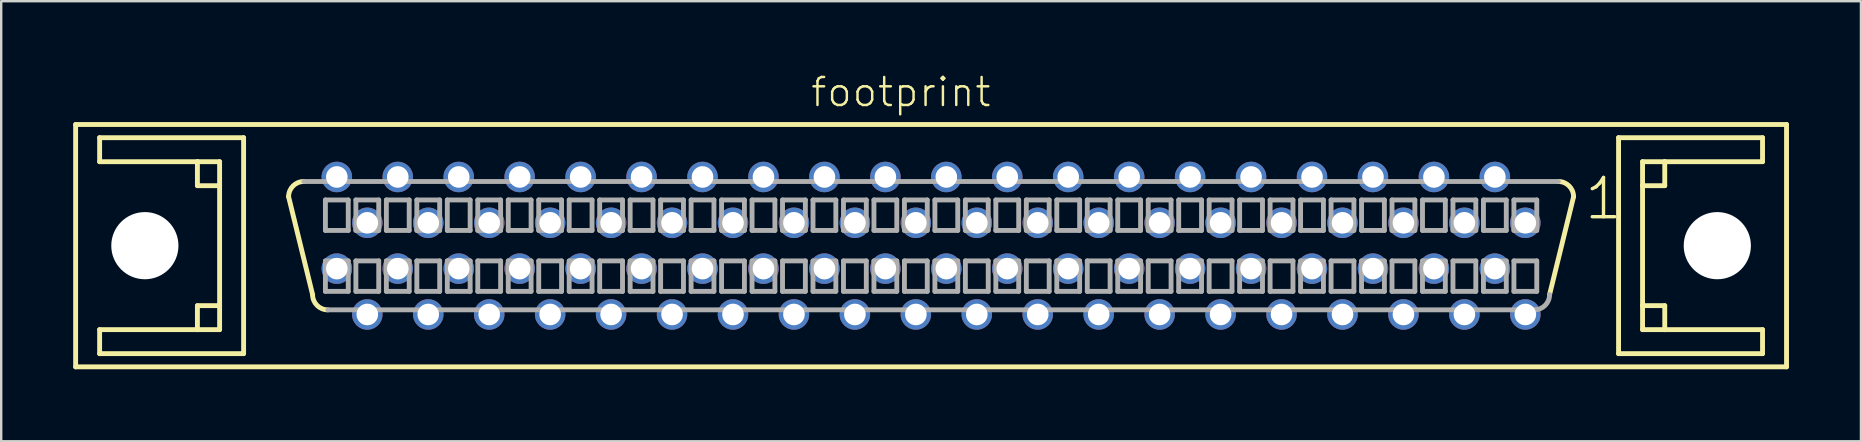
<source format=kicad_pcb>
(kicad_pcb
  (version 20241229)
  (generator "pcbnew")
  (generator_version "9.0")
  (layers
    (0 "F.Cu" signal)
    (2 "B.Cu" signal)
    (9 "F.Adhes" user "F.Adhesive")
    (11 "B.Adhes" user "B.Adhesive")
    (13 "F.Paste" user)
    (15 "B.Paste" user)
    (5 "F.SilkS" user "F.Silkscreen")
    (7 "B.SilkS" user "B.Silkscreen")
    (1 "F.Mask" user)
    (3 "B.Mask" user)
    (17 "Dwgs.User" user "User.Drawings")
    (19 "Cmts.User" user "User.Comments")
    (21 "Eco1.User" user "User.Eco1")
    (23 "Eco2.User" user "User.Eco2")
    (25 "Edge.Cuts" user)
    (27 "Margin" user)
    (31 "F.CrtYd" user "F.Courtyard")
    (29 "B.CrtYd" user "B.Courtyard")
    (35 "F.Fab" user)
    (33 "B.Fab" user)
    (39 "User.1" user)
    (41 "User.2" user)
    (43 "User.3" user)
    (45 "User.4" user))
  (footprint "footprint"
    (layer "F.Cu")
    (at 35.752 7.188)
    (property "Reference" "footprint" (at -5.08 -5.715 0) (layer "F.SilkS") (effects (font (size 1.168 1.168) (thickness 0.102)) (justify left bottom)))
    (fp_line (start -35.65 -5.05) (end 35.65 -5.05) (stroke (width 0.203) (type solid)) (layer "F.SilkS"))
    (fp_line (start -35.65 5.05) (end -35.65 -5.05) (stroke (width 0.203) (type solid)) (layer "F.SilkS"))
    (fp_line (start -34.65 -4.5) (end -34.65 -3.5) (stroke (width 0.203) (type solid)) (layer "F.SilkS"))
    (fp_line (start -34.65 -3.5) (end -30.575 -3.5) (stroke (width 0.203) (type solid)) (layer "F.SilkS"))
    (fp_line (start -34.65 3.5) (end -34.65 4.5) (stroke (width 0.203) (type solid)) (layer "F.SilkS"))
    (fp_line (start -34.65 4.5) (end -28.65 4.5) (stroke (width 0.203) (type solid)) (layer "F.SilkS"))
    (fp_line (start -30.575 -3.5) (end -30.575 -2.5) (stroke (width 0.203) (type solid)) (layer "F.SilkS"))
    (fp_line (start -30.575 -3.5) (end -29.65 -3.5) (stroke (width 0.203) (type solid)) (layer "F.SilkS"))
    (fp_line (start -30.575 -2.5) (end -29.65 -2.5) (stroke (width 0.203) (type solid)) (layer "F.SilkS"))
    (fp_line (start -30.575 2.5) (end -30.575 3.5) (stroke (width 0.203) (type solid)) (layer "F.SilkS"))
    (fp_line (start -30.575 3.5) (end -34.65 3.5) (stroke (width 0.203) (type solid)) (layer "F.SilkS"))
    (fp_line (start -29.65 -3.5) (end -29.65 -2.5) (stroke (width 0.203) (type solid)) (layer "F.SilkS"))
    (fp_line (start -29.65 -2.5) (end -29.65 2.5) (stroke (width 0.203) (type solid)) (layer "F.SilkS"))
    (fp_line (start -29.65 2.5) (end -30.575 2.5) (stroke (width 0.203) (type solid)) (layer "F.SilkS"))
    (fp_line (start -29.65 2.5) (end -29.65 3.5) (stroke (width 0.203) (type solid)) (layer "F.SilkS"))
    (fp_line (start -29.65 3.5) (end -30.575 3.5) (stroke (width 0.203) (type solid)) (layer "F.SilkS"))
    (fp_line (start -28.65 -4.5) (end -34.65 -4.5) (stroke (width 0.203) (type solid)) (layer "F.SilkS"))
    (fp_line (start -28.65 4.5) (end -28.65 -4.5) (stroke (width 0.203) (type solid)) (layer "F.SilkS"))
    (fp_line (start -25.775 2.04) (end -26.775 -2.04) (stroke (width 0.203) (type solid)) (layer "F.SilkS"))
    (fp_line (start 26.775 -2.04) (end 25.775 2.04) (stroke (width 0.203) (type solid)) (layer "F.SilkS"))
    (fp_line (start 28.65 -4.5) (end 28.65 4.5) (stroke (width 0.203) (type solid)) (layer "F.SilkS"))
    (fp_line (start 28.65 4.5) (end 34.65 4.5) (stroke (width 0.203) (type solid)) (layer "F.SilkS"))
    (fp_line (start 29.65 -3.5) (end 30.575 -3.5) (stroke (width 0.203) (type solid)) (layer "F.SilkS"))
    (fp_line (start 29.65 -2.5) (end 29.65 -3.5) (stroke (width 0.203) (type solid)) (layer "F.SilkS"))
    (fp_line (start 29.65 -2.5) (end 30.575 -2.5) (stroke (width 0.203) (type solid)) (layer "F.SilkS"))
    (fp_line (start 29.65 2.5) (end 29.65 -2.5) (stroke (width 0.203) (type solid)) (layer "F.SilkS"))
    (fp_line (start 29.65 3.5) (end 29.65 2.5) (stroke (width 0.203) (type solid)) (layer "F.SilkS"))
    (fp_line (start 30.575 -3.5) (end 34.65 -3.5) (stroke (width 0.203) (type solid)) (layer "F.SilkS"))
    (fp_line (start 30.575 -2.5) (end 30.575 -3.5) (stroke (width 0.203) (type solid)) (layer "F.SilkS"))
    (fp_line (start 30.575 2.5) (end 29.65 2.5) (stroke (width 0.203) (type solid)) (layer "F.SilkS"))
    (fp_line (start 30.575 3.5) (end 29.65 3.5) (stroke (width 0.203) (type solid)) (layer "F.SilkS"))
    (fp_line (start 30.575 3.5) (end 30.575 2.5) (stroke (width 0.203) (type solid)) (layer "F.SilkS"))
    (fp_line (start 34.65 -4.5) (end 28.65 -4.5) (stroke (width 0.203) (type solid)) (layer "F.SilkS"))
    (fp_line (start 34.65 -3.5) (end 34.65 -4.5) (stroke (width 0.203) (type solid)) (layer "F.SilkS"))
    (fp_line (start 34.65 3.5) (end 30.575 3.5) (stroke (width 0.203) (type solid)) (layer "F.SilkS"))
    (fp_line (start 34.65 4.5) (end 34.65 3.5) (stroke (width 0.203) (type solid)) (layer "F.SilkS"))
    (fp_line (start 35.65 -5.05) (end 35.65 5.05) (stroke (width 0.203) (type solid)) (layer "F.SilkS"))
    (fp_line (start 35.65 5.05) (end -35.65 5.05) (stroke (width 0.203) (type solid)) (layer "F.SilkS"))
    (fp_arc (start -26.775 -2.04) (mid -26.589013 -2.489013) (end -26.14 -2.675) (stroke (width 0.2032) (type solid)) (layer "F.SilkS"))
    (fp_arc (start -25.14 2.675) (mid -25.589013 2.489013) (end -25.775 2.04) (stroke (width 0.2032) (type solid)) (layer "F.SilkS"))
    (fp_arc (start 26.14 -2.675) (mid 26.589013 -2.489013) (end 26.775 -2.04) (stroke (width 0.2032) (type solid)) (layer "F.SilkS"))
    (fp_line (start -26.14 -2.675) (end 26.14 -2.675) (stroke (width 0.203) (type solid)) (layer "F.Fab"))
    (fp_line (start -25.241 -1.905) (end -25.241 -0.635) (stroke (width 0.203) (type solid)) (layer "F.Fab"))
    (fp_line (start -25.241 -0.635) (end -24.289 -0.635) (stroke (width 0.203) (type solid)) (layer "F.Fab"))
    (fp_line (start -25.241 0.635) (end -25.241 1.905) (stroke (width 0.203) (type solid)) (layer "F.Fab"))
    (fp_line (start -25.241 1.905) (end -24.289 1.905) (stroke (width 0.203) (type solid)) (layer "F.Fab"))
    (fp_line (start -24.289 -1.905) (end -25.241 -1.905) (stroke (width 0.203) (type solid)) (layer "F.Fab"))
    (fp_line (start -24.289 -0.635) (end -24.289 -1.905) (stroke (width 0.203) (type solid)) (layer "F.Fab"))
    (fp_line (start -24.289 0.635) (end -25.241 0.635) (stroke (width 0.203) (type solid)) (layer "F.Fab"))
    (fp_line (start -24.289 1.905) (end -24.289 0.635) (stroke (width 0.203) (type solid)) (layer "F.Fab"))
    (fp_line (start -23.971 -1.905) (end -23.971 -0.635) (stroke (width 0.203) (type solid)) (layer "F.Fab"))
    (fp_line (start -23.971 -0.635) (end -23.019 -0.635) (stroke (width 0.203) (type solid)) (layer "F.Fab"))
    (fp_line (start -23.971 0.635) (end -23.971 1.905) (stroke (width 0.203) (type solid)) (layer "F.Fab"))
    (fp_line (start -23.971 1.905) (end -23.019 1.905) (stroke (width 0.203) (type solid)) (layer "F.Fab"))
    (fp_line (start -23.019 -1.905) (end -23.971 -1.905) (stroke (width 0.203) (type solid)) (layer "F.Fab"))
    (fp_line (start -23.019 -0.635) (end -23.019 -1.905) (stroke (width 0.203) (type solid)) (layer "F.Fab"))
    (fp_line (start -23.019 0.635) (end -23.971 0.635) (stroke (width 0.203) (type solid)) (layer "F.Fab"))
    (fp_line (start -23.019 1.905) (end -23.019 0.635) (stroke (width 0.203) (type solid)) (layer "F.Fab"))
    (fp_line (start -22.701 -1.905) (end -22.701 -0.635) (stroke (width 0.203) (type solid)) (layer "F.Fab"))
    (fp_line (start -22.701 -0.635) (end -21.749 -0.635) (stroke (width 0.203) (type solid)) (layer "F.Fab"))
    (fp_line (start -22.701 0.635) (end -22.701 1.905) (stroke (width 0.203) (type solid)) (layer "F.Fab"))
    (fp_line (start -22.701 1.905) (end -21.749 1.905) (stroke (width 0.203) (type solid)) (layer "F.Fab"))
    (fp_line (start -21.749 -1.905) (end -22.701 -1.905) (stroke (width 0.203) (type solid)) (layer "F.Fab"))
    (fp_line (start -21.749 -0.635) (end -21.749 -1.905) (stroke (width 0.203) (type solid)) (layer "F.Fab"))
    (fp_line (start -21.749 0.635) (end -22.701 0.635) (stroke (width 0.203) (type solid)) (layer "F.Fab"))
    (fp_line (start -21.749 1.905) (end -21.749 0.635) (stroke (width 0.203) (type solid)) (layer "F.Fab"))
    (fp_line (start -21.431 -1.905) (end -21.431 -0.635) (stroke (width 0.203) (type solid)) (layer "F.Fab"))
    (fp_line (start -21.431 -0.635) (end -20.479 -0.635) (stroke (width 0.203) (type solid)) (layer "F.Fab"))
    (fp_line (start -21.431 0.635) (end -21.431 1.905) (stroke (width 0.203) (type solid)) (layer "F.Fab"))
    (fp_line (start -21.431 1.905) (end -20.479 1.905) (stroke (width 0.203) (type solid)) (layer "F.Fab"))
    (fp_line (start -20.479 -1.905) (end -21.431 -1.905) (stroke (width 0.203) (type solid)) (layer "F.Fab"))
    (fp_line (start -20.479 -0.635) (end -20.479 -1.905) (stroke (width 0.203) (type solid)) (layer "F.Fab"))
    (fp_line (start -20.479 0.635) (end -21.431 0.635) (stroke (width 0.203) (type solid)) (layer "F.Fab"))
    (fp_line (start -20.479 1.905) (end -20.479 0.635) (stroke (width 0.203) (type solid)) (layer "F.Fab"))
    (fp_line (start -20.161 -1.905) (end -20.161 -0.635) (stroke (width 0.203) (type solid)) (layer "F.Fab"))
    (fp_line (start -20.161 -0.635) (end -19.209 -0.635) (stroke (width 0.203) (type solid)) (layer "F.Fab"))
    (fp_line (start -20.161 0.635) (end -20.161 1.905) (stroke (width 0.203) (type solid)) (layer "F.Fab"))
    (fp_line (start -20.161 1.905) (end -19.209 1.905) (stroke (width 0.203) (type solid)) (layer "F.Fab"))
    (fp_line (start -19.209 -1.905) (end -20.161 -1.905) (stroke (width 0.203) (type solid)) (layer "F.Fab"))
    (fp_line (start -19.209 -0.635) (end -19.209 -1.905) (stroke (width 0.203) (type solid)) (layer "F.Fab"))
    (fp_line (start -19.209 0.635) (end -20.161 0.635) (stroke (width 0.203) (type solid)) (layer "F.Fab"))
    (fp_line (start -19.209 1.905) (end -19.209 0.635) (stroke (width 0.203) (type solid)) (layer "F.Fab"))
    (fp_line (start -18.891 -1.905) (end -18.891 -0.635) (stroke (width 0.203) (type solid)) (layer "F.Fab"))
    (fp_line (start -18.891 -0.635) (end -17.939 -0.635) (stroke (width 0.203) (type solid)) (layer "F.Fab"))
    (fp_line (start -18.891 0.635) (end -18.891 1.905) (stroke (width 0.203) (type solid)) (layer "F.Fab"))
    (fp_line (start -18.891 1.905) (end -17.939 1.905) (stroke (width 0.203) (type solid)) (layer "F.Fab"))
    (fp_line (start -17.939 -1.905) (end -18.891 -1.905) (stroke (width 0.203) (type solid)) (layer "F.Fab"))
    (fp_line (start -17.939 -0.635) (end -17.939 -1.905) (stroke (width 0.203) (type solid)) (layer "F.Fab"))
    (fp_line (start -17.939 0.635) (end -18.891 0.635) (stroke (width 0.203) (type solid)) (layer "F.Fab"))
    (fp_line (start -17.939 1.905) (end -17.939 0.635) (stroke (width 0.203) (type solid)) (layer "F.Fab"))
    (fp_line (start -17.621 -1.905) (end -17.621 -0.635) (stroke (width 0.203) (type solid)) (layer "F.Fab"))
    (fp_line (start -17.621 -0.635) (end -16.669 -0.635) (stroke (width 0.203) (type solid)) (layer "F.Fab"))
    (fp_line (start -17.621 0.635) (end -17.621 1.905) (stroke (width 0.203) (type solid)) (layer "F.Fab"))
    (fp_line (start -17.621 1.905) (end -16.669 1.905) (stroke (width 0.203) (type solid)) (layer "F.Fab"))
    (fp_line (start -16.669 -1.905) (end -17.621 -1.905) (stroke (width 0.203) (type solid)) (layer "F.Fab"))
    (fp_line (start -16.669 -0.635) (end -16.669 -1.905) (stroke (width 0.203) (type solid)) (layer "F.Fab"))
    (fp_line (start -16.669 0.635) (end -17.621 0.635) (stroke (width 0.203) (type solid)) (layer "F.Fab"))
    (fp_line (start -16.669 1.905) (end -16.669 0.635) (stroke (width 0.203) (type solid)) (layer "F.Fab"))
    (fp_line (start -16.351 -1.905) (end -16.351 -0.635) (stroke (width 0.203) (type solid)) (layer "F.Fab"))
    (fp_line (start -16.351 -0.635) (end -15.399 -0.635) (stroke (width 0.203) (type solid)) (layer "F.Fab"))
    (fp_line (start -16.351 0.635) (end -16.351 1.905) (stroke (width 0.203) (type solid)) (layer "F.Fab"))
    (fp_line (start -16.351 1.905) (end -15.399 1.905) (stroke (width 0.203) (type solid)) (layer "F.Fab"))
    (fp_line (start -15.399 -1.905) (end -16.351 -1.905) (stroke (width 0.203) (type solid)) (layer "F.Fab"))
    (fp_line (start -15.399 -0.635) (end -15.399 -1.905) (stroke (width 0.203) (type solid)) (layer "F.Fab"))
    (fp_line (start -15.399 0.635) (end -16.351 0.635) (stroke (width 0.203) (type solid)) (layer "F.Fab"))
    (fp_line (start -15.399 1.905) (end -15.399 0.635) (stroke (width 0.203) (type solid)) (layer "F.Fab"))
    (fp_line (start -15.081 -1.905) (end -15.081 -0.635) (stroke (width 0.203) (type solid)) (layer "F.Fab"))
    (fp_line (start -15.081 -0.635) (end -14.129 -0.635) (stroke (width 0.203) (type solid)) (layer "F.Fab"))
    (fp_line (start -15.081 0.635) (end -15.081 1.905) (stroke (width 0.203) (type solid)) (layer "F.Fab"))
    (fp_line (start -15.081 1.905) (end -14.129 1.905) (stroke (width 0.203) (type solid)) (layer "F.Fab"))
    (fp_line (start -14.129 -1.905) (end -15.081 -1.905) (stroke (width 0.203) (type solid)) (layer "F.Fab"))
    (fp_line (start -14.129 -0.635) (end -14.129 -1.905) (stroke (width 0.203) (type solid)) (layer "F.Fab"))
    (fp_line (start -14.129 0.635) (end -15.081 0.635) (stroke (width 0.203) (type solid)) (layer "F.Fab"))
    (fp_line (start -14.129 1.905) (end -14.129 0.635) (stroke (width 0.203) (type solid)) (layer "F.Fab"))
    (fp_line (start -13.811 -1.905) (end -13.811 -0.635) (stroke (width 0.203) (type solid)) (layer "F.Fab"))
    (fp_line (start -13.811 -0.635) (end -12.859 -0.635) (stroke (width 0.203) (type solid)) (layer "F.Fab"))
    (fp_line (start -13.811 0.635) (end -13.811 1.905) (stroke (width 0.203) (type solid)) (layer "F.Fab"))
    (fp_line (start -13.811 1.905) (end -12.859 1.905) (stroke (width 0.203) (type solid)) (layer "F.Fab"))
    (fp_line (start -12.859 -1.905) (end -13.811 -1.905) (stroke (width 0.203) (type solid)) (layer "F.Fab"))
    (fp_line (start -12.859 -0.635) (end -12.859 -1.905) (stroke (width 0.203) (type solid)) (layer "F.Fab"))
    (fp_line (start -12.859 0.635) (end -13.811 0.635) (stroke (width 0.203) (type solid)) (layer "F.Fab"))
    (fp_line (start -12.859 1.905) (end -12.859 0.635) (stroke (width 0.203) (type solid)) (layer "F.Fab"))
    (fp_line (start -12.541 -1.905) (end -12.541 -0.635) (stroke (width 0.203) (type solid)) (layer "F.Fab"))
    (fp_line (start -12.541 -0.635) (end -11.589 -0.635) (stroke (width 0.203) (type solid)) (layer "F.Fab"))
    (fp_line (start -12.541 0.635) (end -12.541 1.905) (stroke (width 0.203) (type solid)) (layer "F.Fab"))
    (fp_line (start -12.541 1.905) (end -11.589 1.905) (stroke (width 0.203) (type solid)) (layer "F.Fab"))
    (fp_line (start -11.589 -1.905) (end -12.541 -1.905) (stroke (width 0.203) (type solid)) (layer "F.Fab"))
    (fp_line (start -11.589 -0.635) (end -11.589 -1.905) (stroke (width 0.203) (type solid)) (layer "F.Fab"))
    (fp_line (start -11.589 0.635) (end -12.541 0.635) (stroke (width 0.203) (type solid)) (layer "F.Fab"))
    (fp_line (start -11.589 1.905) (end -11.589 0.635) (stroke (width 0.203) (type solid)) (layer "F.Fab"))
    (fp_line (start -11.271 -1.905) (end -11.271 -0.635) (stroke (width 0.203) (type solid)) (layer "F.Fab"))
    (fp_line (start -11.271 -0.635) (end -10.319 -0.635) (stroke (width 0.203) (type solid)) (layer "F.Fab"))
    (fp_line (start -11.271 0.635) (end -11.271 1.905) (stroke (width 0.203) (type solid)) (layer "F.Fab"))
    (fp_line (start -11.271 1.905) (end -10.319 1.905) (stroke (width 0.203) (type solid)) (layer "F.Fab"))
    (fp_line (start -10.319 -1.905) (end -11.271 -1.905) (stroke (width 0.203) (type solid)) (layer "F.Fab"))
    (fp_line (start -10.319 -0.635) (end -10.319 -1.905) (stroke (width 0.203) (type solid)) (layer "F.Fab"))
    (fp_line (start -10.319 0.635) (end -11.271 0.635) (stroke (width 0.203) (type solid)) (layer "F.Fab"))
    (fp_line (start -10.319 1.905) (end -10.319 0.635) (stroke (width 0.203) (type solid)) (layer "F.Fab"))
    (fp_line (start -10.001 -1.905) (end -10.001 -0.635) (stroke (width 0.203) (type solid)) (layer "F.Fab"))
    (fp_line (start -10.001 -0.635) (end -9.049 -0.635) (stroke (width 0.203) (type solid)) (layer "F.Fab"))
    (fp_line (start -10.001 0.635) (end -10.001 1.905) (stroke (width 0.203) (type solid)) (layer "F.Fab"))
    (fp_line (start -10.001 1.905) (end -9.049 1.905) (stroke (width 0.203) (type solid)) (layer "F.Fab"))
    (fp_line (start -9.049 -1.905) (end -10.001 -1.905) (stroke (width 0.203) (type solid)) (layer "F.Fab"))
    (fp_line (start -9.049 -0.635) (end -9.049 -1.905) (stroke (width 0.203) (type solid)) (layer "F.Fab"))
    (fp_line (start -9.049 0.635) (end -10.001 0.635) (stroke (width 0.203) (type solid)) (layer "F.Fab"))
    (fp_line (start -9.049 1.905) (end -9.049 0.635) (stroke (width 0.203) (type solid)) (layer "F.Fab"))
    (fp_line (start -8.731 -1.905) (end -8.731 -0.635) (stroke (width 0.203) (type solid)) (layer "F.Fab"))
    (fp_line (start -8.731 -0.635) (end -7.779 -0.635) (stroke (width 0.203) (type solid)) (layer "F.Fab"))
    (fp_line (start -8.731 0.635) (end -8.731 1.905) (stroke (width 0.203) (type solid)) (layer "F.Fab"))
    (fp_line (start -8.731 1.905) (end -7.779 1.905) (stroke (width 0.203) (type solid)) (layer "F.Fab"))
    (fp_line (start -7.779 -1.905) (end -8.731 -1.905) (stroke (width 0.203) (type solid)) (layer "F.Fab"))
    (fp_line (start -7.779 -0.635) (end -7.779 -1.905) (stroke (width 0.203) (type solid)) (layer "F.Fab"))
    (fp_line (start -7.779 0.635) (end -8.731 0.635) (stroke (width 0.203) (type solid)) (layer "F.Fab"))
    (fp_line (start -7.779 1.905) (end -7.779 0.635) (stroke (width 0.203) (type solid)) (layer "F.Fab"))
    (fp_line (start -7.461 -1.905) (end -7.461 -0.635) (stroke (width 0.203) (type solid)) (layer "F.Fab"))
    (fp_line (start -7.461 -0.635) (end -6.509 -0.635) (stroke (width 0.203) (type solid)) (layer "F.Fab"))
    (fp_line (start -7.461 0.635) (end -7.461 1.905) (stroke (width 0.203) (type solid)) (layer "F.Fab"))
    (fp_line (start -7.461 1.905) (end -6.509 1.905) (stroke (width 0.203) (type solid)) (layer "F.Fab"))
    (fp_line (start -6.509 -1.905) (end -7.461 -1.905) (stroke (width 0.203) (type solid)) (layer "F.Fab"))
    (fp_line (start -6.509 -0.635) (end -6.509 -1.905) (stroke (width 0.203) (type solid)) (layer "F.Fab"))
    (fp_line (start -6.509 0.635) (end -7.461 0.635) (stroke (width 0.203) (type solid)) (layer "F.Fab"))
    (fp_line (start -6.509 1.905) (end -6.509 0.635) (stroke (width 0.203) (type solid)) (layer "F.Fab"))
    (fp_line (start -6.191 -1.905) (end -6.191 -0.635) (stroke (width 0.203) (type solid)) (layer "F.Fab"))
    (fp_line (start -6.191 -0.635) (end -5.239 -0.635) (stroke (width 0.203) (type solid)) (layer "F.Fab"))
    (fp_line (start -6.191 0.635) (end -6.191 1.905) (stroke (width 0.203) (type solid)) (layer "F.Fab"))
    (fp_line (start -6.191 1.905) (end -5.239 1.905) (stroke (width 0.203) (type solid)) (layer "F.Fab"))
    (fp_line (start -5.239 -1.905) (end -6.191 -1.905) (stroke (width 0.203) (type solid)) (layer "F.Fab"))
    (fp_line (start -5.239 -0.635) (end -5.239 -1.905) (stroke (width 0.203) (type solid)) (layer "F.Fab"))
    (fp_line (start -5.239 0.635) (end -6.191 0.635) (stroke (width 0.203) (type solid)) (layer "F.Fab"))
    (fp_line (start -5.239 1.905) (end -5.239 0.635) (stroke (width 0.203) (type solid)) (layer "F.Fab"))
    (fp_line (start -4.921 -1.905) (end -4.921 -0.635) (stroke (width 0.203) (type solid)) (layer "F.Fab"))
    (fp_line (start -4.921 -0.635) (end -3.969 -0.635) (stroke (width 0.203) (type solid)) (layer "F.Fab"))
    (fp_line (start -4.921 0.635) (end -4.921 1.905) (stroke (width 0.203) (type solid)) (layer "F.Fab"))
    (fp_line (start -4.921 1.905) (end -3.969 1.905) (stroke (width 0.203) (type solid)) (layer "F.Fab"))
    (fp_line (start -3.969 -1.905) (end -4.921 -1.905) (stroke (width 0.203) (type solid)) (layer "F.Fab"))
    (fp_line (start -3.969 -0.635) (end -3.969 -1.905) (stroke (width 0.203) (type solid)) (layer "F.Fab"))
    (fp_line (start -3.969 0.635) (end -4.921 0.635) (stroke (width 0.203) (type solid)) (layer "F.Fab"))
    (fp_line (start -3.969 1.905) (end -3.969 0.635) (stroke (width 0.203) (type solid)) (layer "F.Fab"))
    (fp_line (start -3.651 -1.905) (end -3.651 -0.635) (stroke (width 0.203) (type solid)) (layer "F.Fab"))
    (fp_line (start -3.651 -0.635) (end -2.699 -0.635) (stroke (width 0.203) (type solid)) (layer "F.Fab"))
    (fp_line (start -3.651 0.635) (end -3.651 1.905) (stroke (width 0.203) (type solid)) (layer "F.Fab"))
    (fp_line (start -3.651 1.905) (end -2.699 1.905) (stroke (width 0.203) (type solid)) (layer "F.Fab"))
    (fp_line (start -2.699 -1.905) (end -3.651 -1.905) (stroke (width 0.203) (type solid)) (layer "F.Fab"))
    (fp_line (start -2.699 -0.635) (end -2.699 -1.905) (stroke (width 0.203) (type solid)) (layer "F.Fab"))
    (fp_line (start -2.699 0.635) (end -3.651 0.635) (stroke (width 0.203) (type solid)) (layer "F.Fab"))
    (fp_line (start -2.699 1.905) (end -2.699 0.635) (stroke (width 0.203) (type solid)) (layer "F.Fab"))
    (fp_line (start -2.381 -1.905) (end -2.381 -0.635) (stroke (width 0.203) (type solid)) (layer "F.Fab"))
    (fp_line (start -2.381 -0.635) (end -1.429 -0.635) (stroke (width 0.203) (type solid)) (layer "F.Fab"))
    (fp_line (start -2.381 0.635) (end -2.381 1.905) (stroke (width 0.203) (type solid)) (layer "F.Fab"))
    (fp_line (start -2.381 1.905) (end -1.429 1.905) (stroke (width 0.203) (type solid)) (layer "F.Fab"))
    (fp_line (start -1.429 -1.905) (end -2.381 -1.905) (stroke (width 0.203) (type solid)) (layer "F.Fab"))
    (fp_line (start -1.429 -0.635) (end -1.429 -1.905) (stroke (width 0.203) (type solid)) (layer "F.Fab"))
    (fp_line (start -1.429 0.635) (end -2.381 0.635) (stroke (width 0.203) (type solid)) (layer "F.Fab"))
    (fp_line (start -1.429 1.905) (end -1.429 0.635) (stroke (width 0.203) (type solid)) (layer "F.Fab"))
    (fp_line (start -1.111 -1.905) (end -1.111 -0.635) (stroke (width 0.203) (type solid)) (layer "F.Fab"))
    (fp_line (start -1.111 -0.635) (end -0.159 -0.635) (stroke (width 0.203) (type solid)) (layer "F.Fab"))
    (fp_line (start -1.111 0.635) (end -1.111 1.905) (stroke (width 0.203) (type solid)) (layer "F.Fab"))
    (fp_line (start -1.111 1.905) (end -0.159 1.905) (stroke (width 0.203) (type solid)) (layer "F.Fab"))
    (fp_line (start -0.159 -1.905) (end -1.111 -1.905) (stroke (width 0.203) (type solid)) (layer "F.Fab"))
    (fp_line (start -0.159 -0.635) (end -0.159 -1.905) (stroke (width 0.203) (type solid)) (layer "F.Fab"))
    (fp_line (start -0.159 0.635) (end -1.111 0.635) (stroke (width 0.203) (type solid)) (layer "F.Fab"))
    (fp_line (start -0.159 1.905) (end -0.159 0.635) (stroke (width 0.203) (type solid)) (layer "F.Fab"))
    (fp_line (start 0.159 -1.905) (end 0.159 -0.635) (stroke (width 0.203) (type solid)) (layer "F.Fab"))
    (fp_line (start 0.159 -0.635) (end 1.111 -0.635) (stroke (width 0.203) (type solid)) (layer "F.Fab"))
    (fp_line (start 0.159 0.635) (end 0.159 1.905) (stroke (width 0.203) (type solid)) (layer "F.Fab"))
    (fp_line (start 0.159 1.905) (end 1.111 1.905) (stroke (width 0.203) (type solid)) (layer "F.Fab"))
    (fp_line (start 1.111 -1.905) (end 0.159 -1.905) (stroke (width 0.203) (type solid)) (layer "F.Fab"))
    (fp_line (start 1.111 -0.635) (end 1.111 -1.905) (stroke (width 0.203) (type solid)) (layer "F.Fab"))
    (fp_line (start 1.111 0.635) (end 0.159 0.635) (stroke (width 0.203) (type solid)) (layer "F.Fab"))
    (fp_line (start 1.111 1.905) (end 1.111 0.635) (stroke (width 0.203) (type solid)) (layer "F.Fab"))
    (fp_line (start 1.429 -1.905) (end 1.429 -0.635) (stroke (width 0.203) (type solid)) (layer "F.Fab"))
    (fp_line (start 1.429 -0.635) (end 2.381 -0.635) (stroke (width 0.203) (type solid)) (layer "F.Fab"))
    (fp_line (start 1.429 0.635) (end 1.429 1.905) (stroke (width 0.203) (type solid)) (layer "F.Fab"))
    (fp_line (start 1.429 1.905) (end 2.381 1.905) (stroke (width 0.203) (type solid)) (layer "F.Fab"))
    (fp_line (start 2.381 -1.905) (end 1.429 -1.905) (stroke (width 0.203) (type solid)) (layer "F.Fab"))
    (fp_line (start 2.381 -0.635) (end 2.381 -1.905) (stroke (width 0.203) (type solid)) (layer "F.Fab"))
    (fp_line (start 2.381 0.635) (end 1.429 0.635) (stroke (width 0.203) (type solid)) (layer "F.Fab"))
    (fp_line (start 2.381 1.905) (end 2.381 0.635) (stroke (width 0.203) (type solid)) (layer "F.Fab"))
    (fp_line (start 2.699 -1.905) (end 2.699 -0.635) (stroke (width 0.203) (type solid)) (layer "F.Fab"))
    (fp_line (start 2.699 -0.635) (end 3.651 -0.635) (stroke (width 0.203) (type solid)) (layer "F.Fab"))
    (fp_line (start 2.699 0.635) (end 2.699 1.905) (stroke (width 0.203) (type solid)) (layer "F.Fab"))
    (fp_line (start 2.699 1.905) (end 3.651 1.905) (stroke (width 0.203) (type solid)) (layer "F.Fab"))
    (fp_line (start 3.651 -1.905) (end 2.699 -1.905) (stroke (width 0.203) (type solid)) (layer "F.Fab"))
    (fp_line (start 3.651 -0.635) (end 3.651 -1.905) (stroke (width 0.203) (type solid)) (layer "F.Fab"))
    (fp_line (start 3.651 0.635) (end 2.699 0.635) (stroke (width 0.203) (type solid)) (layer "F.Fab"))
    (fp_line (start 3.651 1.905) (end 3.651 0.635) (stroke (width 0.203) (type solid)) (layer "F.Fab"))
    (fp_line (start 3.969 -1.905) (end 3.969 -0.635) (stroke (width 0.203) (type solid)) (layer "F.Fab"))
    (fp_line (start 3.969 -0.635) (end 4.921 -0.635) (stroke (width 0.203) (type solid)) (layer "F.Fab"))
    (fp_line (start 3.969 0.635) (end 3.969 1.905) (stroke (width 0.203) (type solid)) (layer "F.Fab"))
    (fp_line (start 3.969 1.905) (end 4.921 1.905) (stroke (width 0.203) (type solid)) (layer "F.Fab"))
    (fp_line (start 4.921 -1.905) (end 3.969 -1.905) (stroke (width 0.203) (type solid)) (layer "F.Fab"))
    (fp_line (start 4.921 -0.635) (end 4.921 -1.905) (stroke (width 0.203) (type solid)) (layer "F.Fab"))
    (fp_line (start 4.921 0.635) (end 3.969 0.635) (stroke (width 0.203) (type solid)) (layer "F.Fab"))
    (fp_line (start 4.921 1.905) (end 4.921 0.635) (stroke (width 0.203) (type solid)) (layer "F.Fab"))
    (fp_line (start 5.239 -1.905) (end 5.239 -0.635) (stroke (width 0.203) (type solid)) (layer "F.Fab"))
    (fp_line (start 5.239 -0.635) (end 6.191 -0.635) (stroke (width 0.203) (type solid)) (layer "F.Fab"))
    (fp_line (start 5.239 0.635) (end 5.239 1.905) (stroke (width 0.203) (type solid)) (layer "F.Fab"))
    (fp_line (start 5.239 1.905) (end 6.191 1.905) (stroke (width 0.203) (type solid)) (layer "F.Fab"))
    (fp_line (start 6.191 -1.905) (end 5.239 -1.905) (stroke (width 0.203) (type solid)) (layer "F.Fab"))
    (fp_line (start 6.191 -0.635) (end 6.191 -1.905) (stroke (width 0.203) (type solid)) (layer "F.Fab"))
    (fp_line (start 6.191 0.635) (end 5.239 0.635) (stroke (width 0.203) (type solid)) (layer "F.Fab"))
    (fp_line (start 6.191 1.905) (end 6.191 0.635) (stroke (width 0.203) (type solid)) (layer "F.Fab"))
    (fp_line (start 6.509 -1.905) (end 6.509 -0.635) (stroke (width 0.203) (type solid)) (layer "F.Fab"))
    (fp_line (start 6.509 -0.635) (end 7.461 -0.635) (stroke (width 0.203) (type solid)) (layer "F.Fab"))
    (fp_line (start 6.509 0.635) (end 6.509 1.905) (stroke (width 0.203) (type solid)) (layer "F.Fab"))
    (fp_line (start 6.509 1.905) (end 7.461 1.905) (stroke (width 0.203) (type solid)) (layer "F.Fab"))
    (fp_line (start 7.461 -1.905) (end 6.509 -1.905) (stroke (width 0.203) (type solid)) (layer "F.Fab"))
    (fp_line (start 7.461 -0.635) (end 7.461 -1.905) (stroke (width 0.203) (type solid)) (layer "F.Fab"))
    (fp_line (start 7.461 0.635) (end 6.509 0.635) (stroke (width 0.203) (type solid)) (layer "F.Fab"))
    (fp_line (start 7.461 1.905) (end 7.461 0.635) (stroke (width 0.203) (type solid)) (layer "F.Fab"))
    (fp_line (start 7.779 -1.905) (end 7.779 -0.635) (stroke (width 0.203) (type solid)) (layer "F.Fab"))
    (fp_line (start 7.779 -0.635) (end 8.731 -0.635) (stroke (width 0.203) (type solid)) (layer "F.Fab"))
    (fp_line (start 7.779 0.635) (end 7.779 1.905) (stroke (width 0.203) (type solid)) (layer "F.Fab"))
    (fp_line (start 7.779 1.905) (end 8.731 1.905) (stroke (width 0.203) (type solid)) (layer "F.Fab"))
    (fp_line (start 8.731 -1.905) (end 7.779 -1.905) (stroke (width 0.203) (type solid)) (layer "F.Fab"))
    (fp_line (start 8.731 -0.635) (end 8.731 -1.905) (stroke (width 0.203) (type solid)) (layer "F.Fab"))
    (fp_line (start 8.731 0.635) (end 7.779 0.635) (stroke (width 0.203) (type solid)) (layer "F.Fab"))
    (fp_line (start 8.731 1.905) (end 8.731 0.635) (stroke (width 0.203) (type solid)) (layer "F.Fab"))
    (fp_line (start 9.049 -1.905) (end 9.049 -0.635) (stroke (width 0.203) (type solid)) (layer "F.Fab"))
    (fp_line (start 9.049 -0.635) (end 10.001 -0.635) (stroke (width 0.203) (type solid)) (layer "F.Fab"))
    (fp_line (start 9.049 0.635) (end 9.049 1.905) (stroke (width 0.203) (type solid)) (layer "F.Fab"))
    (fp_line (start 9.049 1.905) (end 10.001 1.905) (stroke (width 0.203) (type solid)) (layer "F.Fab"))
    (fp_line (start 10.001 -1.905) (end 9.049 -1.905) (stroke (width 0.203) (type solid)) (layer "F.Fab"))
    (fp_line (start 10.001 -0.635) (end 10.001 -1.905) (stroke (width 0.203) (type solid)) (layer "F.Fab"))
    (fp_line (start 10.001 0.635) (end 9.049 0.635) (stroke (width 0.203) (type solid)) (layer "F.Fab"))
    (fp_line (start 10.001 1.905) (end 10.001 0.635) (stroke (width 0.203) (type solid)) (layer "F.Fab"))
    (fp_line (start 10.319 -1.905) (end 10.319 -0.635) (stroke (width 0.203) (type solid)) (layer "F.Fab"))
    (fp_line (start 10.319 -0.635) (end 11.271 -0.635) (stroke (width 0.203) (type solid)) (layer "F.Fab"))
    (fp_line (start 10.319 0.635) (end 10.319 1.905) (stroke (width 0.203) (type solid)) (layer "F.Fab"))
    (fp_line (start 10.319 1.905) (end 11.271 1.905) (stroke (width 0.203) (type solid)) (layer "F.Fab"))
    (fp_line (start 11.271 -1.905) (end 10.319 -1.905) (stroke (width 0.203) (type solid)) (layer "F.Fab"))
    (fp_line (start 11.271 -0.635) (end 11.271 -1.905) (stroke (width 0.203) (type solid)) (layer "F.Fab"))
    (fp_line (start 11.271 0.635) (end 10.319 0.635) (stroke (width 0.203) (type solid)) (layer "F.Fab"))
    (fp_line (start 11.271 1.905) (end 11.271 0.635) (stroke (width 0.203) (type solid)) (layer "F.Fab"))
    (fp_line (start 11.589 -1.905) (end 11.589 -0.635) (stroke (width 0.203) (type solid)) (layer "F.Fab"))
    (fp_line (start 11.589 -0.635) (end 12.541 -0.635) (stroke (width 0.203) (type solid)) (layer "F.Fab"))
    (fp_line (start 11.589 0.635) (end 11.589 1.905) (stroke (width 0.203) (type solid)) (layer "F.Fab"))
    (fp_line (start 11.589 1.905) (end 12.541 1.905) (stroke (width 0.203) (type solid)) (layer "F.Fab"))
    (fp_line (start 12.541 -1.905) (end 11.589 -1.905) (stroke (width 0.203) (type solid)) (layer "F.Fab"))
    (fp_line (start 12.541 -0.635) (end 12.541 -1.905) (stroke (width 0.203) (type solid)) (layer "F.Fab"))
    (fp_line (start 12.541 0.635) (end 11.589 0.635) (stroke (width 0.203) (type solid)) (layer "F.Fab"))
    (fp_line (start 12.541 1.905) (end 12.541 0.635) (stroke (width 0.203) (type solid)) (layer "F.Fab"))
    (fp_line (start 12.859 -1.905) (end 12.859 -0.635) (stroke (width 0.203) (type solid)) (layer "F.Fab"))
    (fp_line (start 12.859 -0.635) (end 13.811 -0.635) (stroke (width 0.203) (type solid)) (layer "F.Fab"))
    (fp_line (start 12.859 0.635) (end 12.859 1.905) (stroke (width 0.203) (type solid)) (layer "F.Fab"))
    (fp_line (start 12.859 1.905) (end 13.811 1.905) (stroke (width 0.203) (type solid)) (layer "F.Fab"))
    (fp_line (start 13.811 -1.905) (end 12.859 -1.905) (stroke (width 0.203) (type solid)) (layer "F.Fab"))
    (fp_line (start 13.811 -0.635) (end 13.811 -1.905) (stroke (width 0.203) (type solid)) (layer "F.Fab"))
    (fp_line (start 13.811 0.635) (end 12.859 0.635) (stroke (width 0.203) (type solid)) (layer "F.Fab"))
    (fp_line (start 13.811 1.905) (end 13.811 0.635) (stroke (width 0.203) (type solid)) (layer "F.Fab"))
    (fp_line (start 14.129 -1.905) (end 14.129 -0.635) (stroke (width 0.203) (type solid)) (layer "F.Fab"))
    (fp_line (start 14.129 -0.635) (end 15.081 -0.635) (stroke (width 0.203) (type solid)) (layer "F.Fab"))
    (fp_line (start 14.129 0.635) (end 14.129 1.905) (stroke (width 0.203) (type solid)) (layer "F.Fab"))
    (fp_line (start 14.129 1.905) (end 15.081 1.905) (stroke (width 0.203) (type solid)) (layer "F.Fab"))
    (fp_line (start 15.081 -1.905) (end 14.129 -1.905) (stroke (width 0.203) (type solid)) (layer "F.Fab"))
    (fp_line (start 15.081 -0.635) (end 15.081 -1.905) (stroke (width 0.203) (type solid)) (layer "F.Fab"))
    (fp_line (start 15.081 0.635) (end 14.129 0.635) (stroke (width 0.203) (type solid)) (layer "F.Fab"))
    (fp_line (start 15.081 1.905) (end 15.081 0.635) (stroke (width 0.203) (type solid)) (layer "F.Fab"))
    (fp_line (start 15.399 -1.905) (end 15.399 -0.635) (stroke (width 0.203) (type solid)) (layer "F.Fab"))
    (fp_line (start 15.399 -0.635) (end 16.351 -0.635) (stroke (width 0.203) (type solid)) (layer "F.Fab"))
    (fp_line (start 15.399 0.635) (end 15.399 1.905) (stroke (width 0.203) (type solid)) (layer "F.Fab"))
    (fp_line (start 15.399 1.905) (end 16.351 1.905) (stroke (width 0.203) (type solid)) (layer "F.Fab"))
    (fp_line (start 16.351 -1.905) (end 15.399 -1.905) (stroke (width 0.203) (type solid)) (layer "F.Fab"))
    (fp_line (start 16.351 -0.635) (end 16.351 -1.905) (stroke (width 0.203) (type solid)) (layer "F.Fab"))
    (fp_line (start 16.351 0.635) (end 15.399 0.635) (stroke (width 0.203) (type solid)) (layer "F.Fab"))
    (fp_line (start 16.351 1.905) (end 16.351 0.635) (stroke (width 0.203) (type solid)) (layer "F.Fab"))
    (fp_line (start 16.669 -1.905) (end 16.669 -0.635) (stroke (width 0.203) (type solid)) (layer "F.Fab"))
    (fp_line (start 16.669 -0.635) (end 17.621 -0.635) (stroke (width 0.203) (type solid)) (layer "F.Fab"))
    (fp_line (start 16.669 0.635) (end 16.669 1.905) (stroke (width 0.203) (type solid)) (layer "F.Fab"))
    (fp_line (start 16.669 1.905) (end 17.621 1.905) (stroke (width 0.203) (type solid)) (layer "F.Fab"))
    (fp_line (start 17.621 -1.905) (end 16.669 -1.905) (stroke (width 0.203) (type solid)) (layer "F.Fab"))
    (fp_line (start 17.621 -0.635) (end 17.621 -1.905) (stroke (width 0.203) (type solid)) (layer "F.Fab"))
    (fp_line (start 17.621 0.635) (end 16.669 0.635) (stroke (width 0.203) (type solid)) (layer "F.Fab"))
    (fp_line (start 17.621 1.905) (end 17.621 0.635) (stroke (width 0.203) (type solid)) (layer "F.Fab"))
    (fp_line (start 17.939 -1.905) (end 17.939 -0.635) (stroke (width 0.203) (type solid)) (layer "F.Fab"))
    (fp_line (start 17.939 -0.635) (end 18.891 -0.635) (stroke (width 0.203) (type solid)) (layer "F.Fab"))
    (fp_line (start 17.939 0.635) (end 17.939 1.905) (stroke (width 0.203) (type solid)) (layer "F.Fab"))
    (fp_line (start 17.939 1.905) (end 18.891 1.905) (stroke (width 0.203) (type solid)) (layer "F.Fab"))
    (fp_line (start 18.891 -1.905) (end 17.939 -1.905) (stroke (width 0.203) (type solid)) (layer "F.Fab"))
    (fp_line (start 18.891 -0.635) (end 18.891 -1.905) (stroke (width 0.203) (type solid)) (layer "F.Fab"))
    (fp_line (start 18.891 0.635) (end 17.939 0.635) (stroke (width 0.203) (type solid)) (layer "F.Fab"))
    (fp_line (start 18.891 1.905) (end 18.891 0.635) (stroke (width 0.203) (type solid)) (layer "F.Fab"))
    (fp_line (start 19.209 -1.905) (end 19.209 -0.635) (stroke (width 0.203) (type solid)) (layer "F.Fab"))
    (fp_line (start 19.209 -0.635) (end 20.161 -0.635) (stroke (width 0.203) (type solid)) (layer "F.Fab"))
    (fp_line (start 19.209 0.635) (end 19.209 1.905) (stroke (width 0.203) (type solid)) (layer "F.Fab"))
    (fp_line (start 19.209 1.905) (end 20.161 1.905) (stroke (width 0.203) (type solid)) (layer "F.Fab"))
    (fp_line (start 20.161 -1.905) (end 19.209 -1.905) (stroke (width 0.203) (type solid)) (layer "F.Fab"))
    (fp_line (start 20.161 -0.635) (end 20.161 -1.905) (stroke (width 0.203) (type solid)) (layer "F.Fab"))
    (fp_line (start 20.161 0.635) (end 19.209 0.635) (stroke (width 0.203) (type solid)) (layer "F.Fab"))
    (fp_line (start 20.161 1.905) (end 20.161 0.635) (stroke (width 0.203) (type solid)) (layer "F.Fab"))
    (fp_line (start 20.479 -1.905) (end 20.479 -0.635) (stroke (width 0.203) (type solid)) (layer "F.Fab"))
    (fp_line (start 20.479 -0.635) (end 21.431 -0.635) (stroke (width 0.203) (type solid)) (layer "F.Fab"))
    (fp_line (start 20.479 0.635) (end 20.479 1.905) (stroke (width 0.203) (type solid)) (layer "F.Fab"))
    (fp_line (start 20.479 1.905) (end 21.431 1.905) (stroke (width 0.203) (type solid)) (layer "F.Fab"))
    (fp_line (start 21.431 -1.905) (end 20.479 -1.905) (stroke (width 0.203) (type solid)) (layer "F.Fab"))
    (fp_line (start 21.431 -0.635) (end 21.431 -1.905) (stroke (width 0.203) (type solid)) (layer "F.Fab"))
    (fp_line (start 21.431 0.635) (end 20.479 0.635) (stroke (width 0.203) (type solid)) (layer "F.Fab"))
    (fp_line (start 21.431 1.905) (end 21.431 0.635) (stroke (width 0.203) (type solid)) (layer "F.Fab"))
    (fp_line (start 21.749 -1.905) (end 21.749 -0.635) (stroke (width 0.203) (type solid)) (layer "F.Fab"))
    (fp_line (start 21.749 -0.635) (end 22.701 -0.635) (stroke (width 0.203) (type solid)) (layer "F.Fab"))
    (fp_line (start 21.749 0.635) (end 21.749 1.905) (stroke (width 0.203) (type solid)) (layer "F.Fab"))
    (fp_line (start 21.749 1.905) (end 22.701 1.905) (stroke (width 0.203) (type solid)) (layer "F.Fab"))
    (fp_line (start 22.701 -1.905) (end 21.749 -1.905) (stroke (width 0.203) (type solid)) (layer "F.Fab"))
    (fp_line (start 22.701 -0.635) (end 22.701 -1.905) (stroke (width 0.203) (type solid)) (layer "F.Fab"))
    (fp_line (start 22.701 0.635) (end 21.749 0.635) (stroke (width 0.203) (type solid)) (layer "F.Fab"))
    (fp_line (start 22.701 1.905) (end 22.701 0.635) (stroke (width 0.203) (type solid)) (layer "F.Fab"))
    (fp_line (start 23.019 -1.905) (end 23.019 -0.635) (stroke (width 0.203) (type solid)) (layer "F.Fab"))
    (fp_line (start 23.019 -0.635) (end 23.971 -0.635) (stroke (width 0.203) (type solid)) (layer "F.Fab"))
    (fp_line (start 23.019 0.635) (end 23.019 1.905) (stroke (width 0.203) (type solid)) (layer "F.Fab"))
    (fp_line (start 23.019 1.905) (end 23.971 1.905) (stroke (width 0.203) (type solid)) (layer "F.Fab"))
    (fp_line (start 23.971 -1.905) (end 23.019 -1.905) (stroke (width 0.203) (type solid)) (layer "F.Fab"))
    (fp_line (start 23.971 -0.635) (end 23.971 -1.905) (stroke (width 0.203) (type solid)) (layer "F.Fab"))
    (fp_line (start 23.971 0.635) (end 23.019 0.635) (stroke (width 0.203) (type solid)) (layer "F.Fab"))
    (fp_line (start 23.971 1.905) (end 23.971 0.635) (stroke (width 0.203) (type solid)) (layer "F.Fab"))
    (fp_line (start 24.289 -1.905) (end 24.289 -0.635) (stroke (width 0.203) (type solid)) (layer "F.Fab"))
    (fp_line (start 24.289 -0.635) (end 25.241 -0.635) (stroke (width 0.203) (type solid)) (layer "F.Fab"))
    (fp_line (start 24.289 0.635) (end 24.289 1.905) (stroke (width 0.203) (type solid)) (layer "F.Fab"))
    (fp_line (start 24.289 1.905) (end 25.241 1.905) (stroke (width 0.203) (type solid)) (layer "F.Fab"))
    (fp_line (start 25.14 2.675) (end -25.14 2.675) (stroke (width 0.203) (type solid)) (layer "F.Fab"))
    (fp_line (start 25.241 -1.905) (end 24.289 -1.905) (stroke (width 0.203) (type solid)) (layer "F.Fab"))
    (fp_line (start 25.241 -0.635) (end 25.241 -1.905) (stroke (width 0.203) (type solid)) (layer "F.Fab"))
    (fp_line (start 25.241 0.635) (end 24.289 0.635) (stroke (width 0.203) (type solid)) (layer "F.Fab"))
    (fp_line (start 25.241 1.905) (end 25.241 0.635) (stroke (width 0.203) (type solid)) (layer "F.Fab"))
    (fp_arc (start 25.775 2.04) (mid 25.589013 2.489013) (end 25.14 2.675) (stroke (width 0.2032) (type solid)) (layer "F.Fab"))
    (fp_text user "1" (at 27.15 -1 0) (layer "F.SilkS") (effects (font (size 1.636 1.636) (thickness 0.142)) (justify left bottom)))
    (pad "" np_thru_hole circle (at -32.765 0) (size 2.8 2.8) (drill 2.8) (layers "*.Cu" "*.Mask"))
    (pad "" np_thru_hole circle (at 32.765 0) (size 2.8 2.8) (drill 2.8) (layers "*.Cu" "*.Mask"))
    (pad "1" thru_hole circle (at 24.765 -0.953) (size 1.27 1.27) (drill 0.9) (layers "*.Cu" "*.Mask"))
    (pad "2" thru_hole circle (at 23.495 -2.863) (size 1.27 1.27) (drill 0.9) (layers "*.Cu" "*.Mask"))
    (pad "3" thru_hole circle (at 22.225 -0.953) (size 1.27 1.27) (drill 0.9) (layers "*.Cu" "*.Mask"))
    (pad "4" thru_hole circle (at 20.955 -2.863) (size 1.27 1.27) (drill 0.9) (layers "*.Cu" "*.Mask"))
    (pad "5" thru_hole circle (at 19.685 -0.953) (size 1.27 1.27) (drill 0.9) (layers "*.Cu" "*.Mask"))
    (pad "6" thru_hole circle (at 18.415 -2.863) (size 1.27 1.27) (drill 0.9) (layers "*.Cu" "*.Mask"))
    (pad "7" thru_hole circle (at 17.145 -0.953) (size 1.27 1.27) (drill 0.9) (layers "*.Cu" "*.Mask"))
    (pad "8" thru_hole circle (at 15.875 -2.863) (size 1.27 1.27) (drill 0.9) (layers "*.Cu" "*.Mask"))
    (pad "9" thru_hole circle (at 14.605 -0.953) (size 1.27 1.27) (drill 0.9) (layers "*.Cu" "*.Mask"))
    (pad "10" thru_hole circle (at 13.335 -2.863) (size 1.27 1.27) (drill 0.9) (layers "*.Cu" "*.Mask"))
    (pad "11" thru_hole circle (at 12.065 -0.953) (size 1.27 1.27) (drill 0.9) (layers "*.Cu" "*.Mask"))
    (pad "12" thru_hole circle (at 10.795 -2.863) (size 1.27 1.27) (drill 0.9) (layers "*.Cu" "*.Mask"))
    (pad "13" thru_hole circle (at 9.525 -0.953) (size 1.27 1.27) (drill 0.9) (layers "*.Cu" "*.Mask"))
    (pad "14" thru_hole circle (at 8.255 -2.863) (size 1.27 1.27) (drill 0.9) (layers "*.Cu" "*.Mask"))
    (pad "15" thru_hole circle (at 6.985 -0.953) (size 1.27 1.27) (drill 0.9) (layers "*.Cu" "*.Mask"))
    (pad "16" thru_hole circle (at 5.715 -2.863) (size 1.27 1.27) (drill 0.9) (layers "*.Cu" "*.Mask"))
    (pad "17" thru_hole circle (at 4.445 -0.953) (size 1.27 1.27) (drill 0.9) (layers "*.Cu" "*.Mask"))
    (pad "18" thru_hole circle (at 3.175 -2.863) (size 1.27 1.27) (drill 0.9) (layers "*.Cu" "*.Mask"))
    (pad "19" thru_hole circle (at 1.905 -0.953) (size 1.27 1.27) (drill 0.9) (layers "*.Cu" "*.Mask"))
    (pad "20" thru_hole circle (at 0.635 -2.863) (size 1.27 1.27) (drill 0.9) (layers "*.Cu" "*.Mask"))
    (pad "21" thru_hole circle (at -0.635 -0.953) (size 1.27 1.27) (drill 0.9) (layers "*.Cu" "*.Mask"))
    (pad "22" thru_hole circle (at -1.905 -2.863) (size 1.27 1.27) (drill 0.9) (layers "*.Cu" "*.Mask"))
    (pad "23" thru_hole circle (at -3.175 -0.953) (size 1.27 1.27) (drill 0.9) (layers "*.Cu" "*.Mask"))
    (pad "24" thru_hole circle (at -4.445 -2.863) (size 1.27 1.27) (drill 0.9) (layers "*.Cu" "*.Mask"))
    (pad "25" thru_hole circle (at -5.715 -0.953) (size 1.27 1.27) (drill 0.9) (layers "*.Cu" "*.Mask"))
    (pad "26" thru_hole circle (at -6.985 -2.863) (size 1.27 1.27) (drill 0.9) (layers "*.Cu" "*.Mask"))
    (pad "27" thru_hole circle (at -8.255 -0.953) (size 1.27 1.27) (drill 0.9) (layers "*.Cu" "*.Mask"))
    (pad "28" thru_hole circle (at -9.525 -2.863) (size 1.27 1.27) (drill 0.9) (layers "*.Cu" "*.Mask"))
    (pad "29" thru_hole circle (at -10.795 -0.953) (size 1.27 1.27) (drill 0.9) (layers "*.Cu" "*.Mask"))
    (pad "30" thru_hole circle (at -12.065 -2.863) (size 1.27 1.27) (drill 0.9) (layers "*.Cu" "*.Mask"))
    (pad "31" thru_hole circle (at -13.335 -0.953) (size 1.27 1.27) (drill 0.9) (layers "*.Cu" "*.Mask"))
    (pad "32" thru_hole circle (at -14.605 -2.863) (size 1.27 1.27) (drill 0.9) (layers "*.Cu" "*.Mask"))
    (pad "33" thru_hole circle (at -15.875 -0.953) (size 1.27 1.27) (drill 0.9) (layers "*.Cu" "*.Mask"))
    (pad "34" thru_hole circle (at -17.145 -2.863) (size 1.27 1.27) (drill 0.9) (layers "*.Cu" "*.Mask"))
    (pad "35" thru_hole circle (at -18.415 -0.953) (size 1.27 1.27) (drill 0.9) (layers "*.Cu" "*.Mask"))
    (pad "36" thru_hole circle (at -19.685 -2.863) (size 1.27 1.27) (drill 0.9) (layers "*.Cu" "*.Mask"))
    (pad "37" thru_hole circle (at -20.955 -0.953) (size 1.27 1.27) (drill 0.9) (layers "*.Cu" "*.Mask"))
    (pad "38" thru_hole circle (at -22.225 -2.863) (size 1.27 1.27) (drill 0.9) (layers "*.Cu" "*.Mask"))
    (pad "39" thru_hole circle (at -23.495 -0.953) (size 1.27 1.27) (drill 0.9) (layers "*.Cu" "*.Mask"))
    (pad "40" thru_hole circle (at -24.765 -2.863) (size 1.27 1.27) (drill 0.9) (layers "*.Cu" "*.Mask"))
    (pad "41" thru_hole circle (at 24.765 2.867) (size 1.27 1.27) (drill 0.9) (layers "*.Cu" "*.Mask"))
    (pad "42" thru_hole circle (at 23.495 0.957) (size 1.27 1.27) (drill 0.9) (layers "*.Cu" "*.Mask"))
    (pad "43" thru_hole circle (at 22.225 2.867) (size 1.27 1.27) (drill 0.9) (layers "*.Cu" "*.Mask"))
    (pad "44" thru_hole circle (at 20.955 0.957) (size 1.27 1.27) (drill 0.9) (layers "*.Cu" "*.Mask"))
    (pad "45" thru_hole circle (at 19.685 2.867) (size 1.27 1.27) (drill 0.9) (layers "*.Cu" "*.Mask"))
    (pad "46" thru_hole circle (at 18.415 0.957) (size 1.27 1.27) (drill 0.9) (layers "*.Cu" "*.Mask"))
    (pad "47" thru_hole circle (at 17.145 2.867) (size 1.27 1.27) (drill 0.9) (layers "*.Cu" "*.Mask"))
    (pad "48" thru_hole circle (at 15.875 0.957) (size 1.27 1.27) (drill 0.9) (layers "*.Cu" "*.Mask"))
    (pad "49" thru_hole circle (at 14.605 2.867) (size 1.27 1.27) (drill 0.9) (layers "*.Cu" "*.Mask"))
    (pad "50" thru_hole circle (at 13.335 0.957) (size 1.27 1.27) (drill 0.9) (layers "*.Cu" "*.Mask"))
    (pad "51" thru_hole circle (at 12.065 2.867) (size 1.27 1.27) (drill 0.9) (layers "*.Cu" "*.Mask"))
    (pad "52" thru_hole circle (at 10.795 0.957) (size 1.27 1.27) (drill 0.9) (layers "*.Cu" "*.Mask"))
    (pad "53" thru_hole circle (at 9.525 2.867) (size 1.27 1.27) (drill 0.9) (layers "*.Cu" "*.Mask"))
    (pad "54" thru_hole circle (at 8.255 0.957) (size 1.27 1.27) (drill 0.9) (layers "*.Cu" "*.Mask"))
    (pad "55" thru_hole circle (at 6.985 2.867) (size 1.27 1.27) (drill 0.9) (layers "*.Cu" "*.Mask"))
    (pad "56" thru_hole circle (at 5.715 0.957) (size 1.27 1.27) (drill 0.9) (layers "*.Cu" "*.Mask"))
    (pad "57" thru_hole circle (at 4.445 2.867) (size 1.27 1.27) (drill 0.9) (layers "*.Cu" "*.Mask"))
    (pad "58" thru_hole circle (at 3.175 0.957) (size 1.27 1.27) (drill 0.9) (layers "*.Cu" "*.Mask"))
    (pad "59" thru_hole circle (at 1.905 2.867) (size 1.27 1.27) (drill 0.9) (layers "*.Cu" "*.Mask"))
    (pad "60" thru_hole circle (at 0.635 0.957) (size 1.27 1.27) (drill 0.9) (layers "*.Cu" "*.Mask"))
    (pad "61" thru_hole circle (at -0.635 2.867) (size 1.27 1.27) (drill 0.9) (layers "*.Cu" "*.Mask"))
    (pad "62" thru_hole circle (at -1.905 0.957) (size 1.27 1.27) (drill 0.9) (layers "*.Cu" "*.Mask"))
    (pad "63" thru_hole circle (at -3.175 2.867) (size 1.27 1.27) (drill 0.9) (layers "*.Cu" "*.Mask"))
    (pad "64" thru_hole circle (at -4.445 0.957) (size 1.27 1.27) (drill 0.9) (layers "*.Cu" "*.Mask"))
    (pad "65" thru_hole circle (at -5.715 2.867) (size 1.27 1.27) (drill 0.9) (layers "*.Cu" "*.Mask"))
    (pad "66" thru_hole circle (at -6.985 0.957) (size 1.27 1.27) (drill 0.9) (layers "*.Cu" "*.Mask"))
    (pad "67" thru_hole circle (at -8.255 2.867) (size 1.27 1.27) (drill 0.9) (layers "*.Cu" "*.Mask"))
    (pad "68" thru_hole circle (at -9.525 0.957) (size 1.27 1.27) (drill 0.9) (layers "*.Cu" "*.Mask"))
    (pad "69" thru_hole circle (at -10.795 2.867) (size 1.27 1.27) (drill 0.9) (layers "*.Cu" "*.Mask"))
    (pad "70" thru_hole circle (at -12.065 0.957) (size 1.27 1.27) (drill 0.9) (layers "*.Cu" "*.Mask"))
    (pad "71" thru_hole circle (at -13.335 2.867) (size 1.27 1.27) (drill 0.9) (layers "*.Cu" "*.Mask"))
    (pad "72" thru_hole circle (at -14.605 0.957) (size 1.27 1.27) (drill 0.9) (layers "*.Cu" "*.Mask"))
    (pad "73" thru_hole circle (at -15.875 2.867) (size 1.27 1.27) (drill 0.9) (layers "*.Cu" "*.Mask"))
    (pad "74" thru_hole circle (at -17.145 0.957) (size 1.27 1.27) (drill 0.9) (layers "*.Cu" "*.Mask"))
    (pad "75" thru_hole circle (at -18.415 2.867) (size 1.27 1.27) (drill 0.9) (layers "*.Cu" "*.Mask"))
    (pad "76" thru_hole circle (at -19.685 0.957) (size 1.27 1.27) (drill 0.9) (layers "*.Cu" "*.Mask"))
    (pad "77" thru_hole circle (at -20.955 2.867) (size 1.27 1.27) (drill 0.9) (layers "*.Cu" "*.Mask"))
    (pad "78" thru_hole circle (at -22.225 0.957) (size 1.27 1.27) (drill 0.9) (layers "*.Cu" "*.Mask"))
    (pad "79" thru_hole circle (at -23.495 2.867) (size 1.27 1.27) (drill 0.9) (layers "*.Cu" "*.Mask"))
    (pad "80" thru_hole circle (at -24.765 0.957) (size 1.27 1.27) (drill 0.9) (layers "*.Cu" "*.Mask")))
  (gr_rect
    (start -3 -3)
    (end 74.503 15.34)
    (stroke (width 0.1) (type default))
    (fill no)
    (layer "Edge.Cuts")))
</source>
